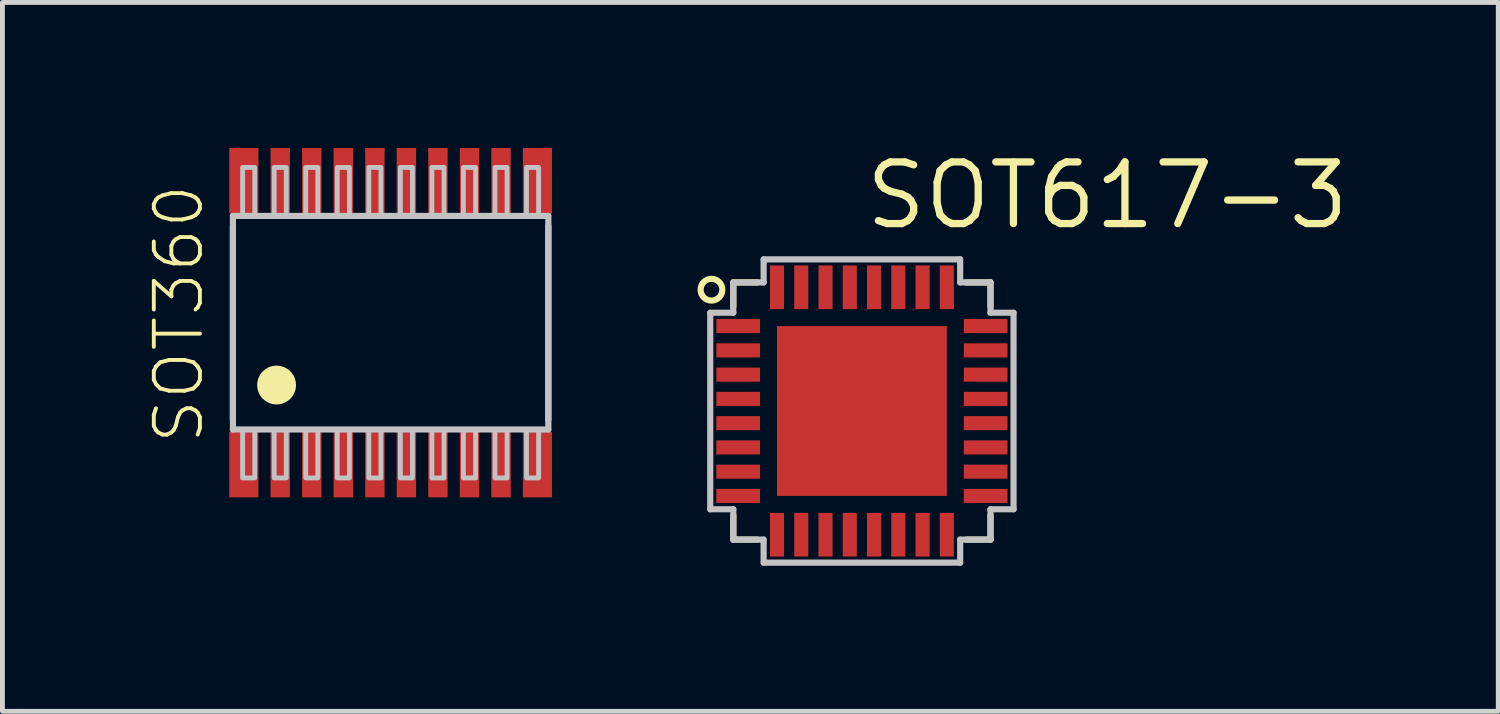
<source format=kicad_pcb>
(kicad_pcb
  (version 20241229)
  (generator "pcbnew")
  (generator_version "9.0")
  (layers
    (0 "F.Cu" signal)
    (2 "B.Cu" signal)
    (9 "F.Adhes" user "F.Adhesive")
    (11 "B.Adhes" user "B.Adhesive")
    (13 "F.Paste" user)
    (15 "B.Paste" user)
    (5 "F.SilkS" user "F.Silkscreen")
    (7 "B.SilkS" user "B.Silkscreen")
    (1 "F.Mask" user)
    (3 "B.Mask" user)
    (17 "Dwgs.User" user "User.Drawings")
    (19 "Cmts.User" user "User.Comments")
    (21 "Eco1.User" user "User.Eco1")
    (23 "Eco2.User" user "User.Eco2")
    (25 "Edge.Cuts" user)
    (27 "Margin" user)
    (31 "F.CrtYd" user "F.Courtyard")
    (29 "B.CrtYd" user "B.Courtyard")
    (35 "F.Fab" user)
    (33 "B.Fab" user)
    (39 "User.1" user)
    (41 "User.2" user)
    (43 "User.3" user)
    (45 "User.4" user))
  (footprint "SOT617-3"
    (layer "F.Cu")
    (at 14.712 5.42)
    (property "Reference" "SOT617-3" (at 0 -3.7 0) (layer "F.SilkS") (effects (font (size 1.27 1.27) (thickness 0.15)) (justify left bottom)))
    (attr through_hole)
    (fp_line (start -2.65 -2.65) (end -2.65 -2.15) (stroke (width 0.127) (type solid)) (layer "F.SilkS"))
    (fp_line (start -2.65 -2.65) (end -2.15 -2.65) (stroke (width 0.127) (type solid)) (layer "F.SilkS"))
    (fp_line (start -2.65 2.15) (end -2.65 2.65) (stroke (width 0.127) (type solid)) (layer "F.SilkS"))
    (fp_line (start -2.65 2.65) (end -2.15 2.65) (stroke (width 0.127) (type solid)) (layer "F.SilkS"))
    (fp_line (start 2.15 -2.65) (end 2.65 -2.65) (stroke (width 0.127) (type solid)) (layer "F.SilkS"))
    (fp_line (start 2.15 2.65) (end 2.65 2.65) (stroke (width 0.127) (type solid)) (layer "F.SilkS"))
    (fp_line (start 2.65 -2.65) (end 2.65 -2.15) (stroke (width 0.127) (type solid)) (layer "F.SilkS"))
    (fp_line (start 2.65 2.15) (end 2.65 2.65) (stroke (width 0.127) (type solid)) (layer "F.SilkS"))
    (fp_circle (center -3.1 -2.5) (end -2.876 -2.5) (stroke (width 0.127) (type solid)) (fill no) (layer "F.SilkS"))
    (fp_poly (pts (xy -1.05 -0.55) (xy -0.55 -0.55) (xy -0.55 -1.05) (xy -1.05 -1.05)) (stroke (width 0) (type solid)) (fill yes) (layer "F.Paste"))
    (fp_poly (pts (xy -1.05 0.25) (xy -0.55 0.25) (xy -0.55 -0.25) (xy -1.05 -0.25)) (stroke (width 0) (type solid)) (fill yes) (layer "F.Paste"))
    (fp_poly (pts (xy -1.05 1.05) (xy -0.55 1.05) (xy -0.55 0.55) (xy -1.05 0.55)) (stroke (width 0) (type solid)) (fill yes) (layer "F.Paste"))
    (fp_poly (pts (xy -0.25 -0.55) (xy 0.25 -0.55) (xy 0.25 -1.05) (xy -0.25 -1.05)) (stroke (width 0) (type solid)) (fill yes) (layer "F.Paste"))
    (fp_poly (pts (xy -0.25 0.25) (xy 0.25 0.25) (xy 0.25 -0.25) (xy -0.25 -0.25)) (stroke (width 0) (type solid)) (fill yes) (layer "F.Paste"))
    (fp_poly (pts (xy -0.25 1.05) (xy 0.25 1.05) (xy 0.25 0.55) (xy -0.25 0.55)) (stroke (width 0) (type solid)) (fill yes) (layer "F.Paste"))
    (fp_poly (pts (xy 0.55 -0.55) (xy 1.05 -0.55) (xy 1.05 -1.05) (xy 0.55 -1.05)) (stroke (width 0) (type solid)) (fill yes) (layer "F.Paste"))
    (fp_poly (pts (xy 0.55 0.25) (xy 1.05 0.25) (xy 1.05 -0.25) (xy 0.55 -0.25)) (stroke (width 0) (type solid)) (fill yes) (layer "F.Paste"))
    (fp_poly (pts (xy 0.55 1.05) (xy 1.05 1.05) (xy 1.05 0.55) (xy 0.55 0.55)) (stroke (width 0) (type solid)) (fill yes) (layer "F.Paste"))
    (fp_line (start -3.125 -2.025) (end -3.125 2.025) (stroke (width 0.127) (type solid)) (layer "Dwgs.User"))
    (fp_line (start -3.125 -2.025) (end -2.65 -2.025) (stroke (width 0.127) (type solid)) (layer "Dwgs.User"))
    (fp_line (start -3.125 2.025) (end -2.65 2.025) (stroke (width 0.127) (type solid)) (layer "Dwgs.User"))
    (fp_line (start -2.65 -2.65) (end -2.65 -2.025) (stroke (width 0.127) (type solid)) (layer "Dwgs.User"))
    (fp_line (start -2.65 -2.65) (end -2.025 -2.65) (stroke (width 0.127) (type solid)) (layer "Dwgs.User"))
    (fp_line (start -2.65 2.025) (end -2.65 2.65) (stroke (width 0.127) (type solid)) (layer "Dwgs.User"))
    (fp_line (start -2.65 2.65) (end -2.025 2.65) (stroke (width 0.127) (type solid)) (layer "Dwgs.User"))
    (fp_line (start -2.025 -3.125) (end -2.025 -2.65) (stroke (width 0.127) (type solid)) (layer "Dwgs.User"))
    (fp_line (start -2.025 3.125) (end -2.025 2.65) (stroke (width 0.127) (type solid)) (layer "Dwgs.User"))
    (fp_line (start -2.025 3.125) (end 2.025 3.125) (stroke (width 0.127) (type solid)) (layer "Dwgs.User"))
    (fp_line (start 2.025 -3.125) (end -2.025 -3.125) (stroke (width 0.127) (type solid)) (layer "Dwgs.User"))
    (fp_line (start 2.025 -3.125) (end 2.025 -2.65) (stroke (width 0.127) (type solid)) (layer "Dwgs.User"))
    (fp_line (start 2.025 -2.65) (end 2.65 -2.65) (stroke (width 0.127) (type solid)) (layer "Dwgs.User"))
    (fp_line (start 2.025 2.65) (end 2.65 2.65) (stroke (width 0.127) (type solid)) (layer "Dwgs.User"))
    (fp_line (start 2.025 3.125) (end 2.025 2.65) (stroke (width 0.127) (type solid)) (layer "Dwgs.User"))
    (fp_line (start 2.65 -2.65) (end 2.65 -2.025) (stroke (width 0.127) (type solid)) (layer "Dwgs.User"))
    (fp_line (start 2.65 -2.025) (end 3.125 -2.025) (stroke (width 0.127) (type solid)) (layer "Dwgs.User"))
    (fp_line (start 2.65 2.025) (end 2.65 2.65) (stroke (width 0.127) (type solid)) (layer "Dwgs.User"))
    (fp_line (start 2.65 2.025) (end 3.125 2.025) (stroke (width 0.127) (type solid)) (layer "Dwgs.User"))
    (fp_line (start 3.125 -2.025) (end 3.125 2.025) (stroke (width 0.127) (type solid)) (layer "Dwgs.User"))
    (pad "1" smd rect (at -2.55 -1.75 90) (size 0.29 0.9) (layers "F.Cu" "F.Mask" "F.Paste"))
    (pad "2" smd rect (at -2.55 -1.25 270) (size 0.29 0.9) (layers "F.Cu" "F.Mask" "F.Paste"))
    (pad "3" smd rect (at -2.55 -0.75 90) (size 0.29 0.9) (layers "F.Cu" "F.Mask" "F.Paste"))
    (pad "4" smd rect (at -2.55 -0.25 90) (size 0.29 0.9) (layers "F.Cu" "F.Mask" "F.Paste"))
    (pad "5" smd rect (at -2.55 0.25 90) (size 0.29 0.9) (layers "F.Cu" "F.Mask" "F.Paste"))
    (pad "6" smd rect (at -2.55 0.75 90) (size 0.29 0.9) (layers "F.Cu" "F.Mask" "F.Paste"))
    (pad "7" smd rect (at -2.55 1.25 90) (size 0.29 0.9) (layers "F.Cu" "F.Mask" "F.Paste"))
    (pad "8" smd rect (at -2.55 1.75 90) (size 0.29 0.9) (layers "F.Cu" "F.Mask" "F.Paste"))
    (pad "9" smd rect (at -1.75 2.55 180) (size 0.29 0.9) (layers "F.Cu" "F.Mask" "F.Paste"))
    (pad "10" smd rect (at -1.25 2.55 180) (size 0.29 0.9) (layers "F.Cu" "F.Mask" "F.Paste"))
    (pad "11" smd rect (at -0.75 2.55 180) (size 0.29 0.9) (layers "F.Cu" "F.Mask" "F.Paste"))
    (pad "12" smd rect (at -0.25 2.55 180) (size 0.29 0.9) (layers "F.Cu" "F.Mask" "F.Paste"))
    (pad "13" smd rect (at 0.25 2.55 180) (size 0.29 0.9) (layers "F.Cu" "F.Mask" "F.Paste"))
    (pad "14" smd rect (at 0.75 2.55 180) (size 0.29 0.9) (layers "F.Cu" "F.Mask" "F.Paste"))
    (pad "15" smd rect (at 1.25 2.55 180) (size 0.29 0.9) (layers "F.Cu" "F.Mask" "F.Paste"))
    (pad "16" smd rect (at 1.75 2.55 180) (size 0.29 0.9) (layers "F.Cu" "F.Mask" "F.Paste"))
    (pad "17" smd rect (at 2.55 1.75 270) (size 0.29 0.9) (layers "F.Cu" "F.Mask" "F.Paste"))
    (pad "18" smd rect (at 2.55 1.25 90) (size 0.29 0.9) (layers "F.Cu" "F.Mask" "F.Paste"))
    (pad "19" smd rect (at 2.55 0.75 270) (size 0.29 0.9) (layers "F.Cu" "F.Mask" "F.Paste"))
    (pad "20" smd rect (at 2.55 0.25 270) (size 0.29 0.9) (layers "F.Cu" "F.Mask" "F.Paste"))
    (pad "21" smd rect (at 2.55 -0.25 270) (size 0.29 0.9) (layers "F.Cu" "F.Mask" "F.Paste"))
    (pad "22" smd rect (at 2.55 -0.75 270) (size 0.29 0.9) (layers "F.Cu" "F.Mask" "F.Paste"))
    (pad "23" smd rect (at 2.55 -1.25 270) (size 0.29 0.9) (layers "F.Cu" "F.Mask" "F.Paste"))
    (pad "24" smd rect (at 2.55 -1.75 270) (size 0.29 0.9) (layers "F.Cu" "F.Mask" "F.Paste"))
    (pad "25" smd rect (at 1.75 -2.55) (size 0.29 0.9) (layers "F.Cu" "F.Mask" "F.Paste"))
    (pad "26" smd rect (at 1.25 -2.55) (size 0.29 0.9) (layers "F.Cu" "F.Mask" "F.Paste"))
    (pad "27" smd rect (at 0.75 -2.55) (size 0.29 0.9) (layers "F.Cu" "F.Mask" "F.Paste"))
    (pad "28" smd rect (at 0.25 -2.55) (size 0.29 0.9) (layers "F.Cu" "F.Mask" "F.Paste"))
    (pad "29" smd rect (at -0.25 -2.55) (size 0.29 0.9) (layers "F.Cu" "F.Mask" "F.Paste"))
    (pad "30" smd rect (at -0.75 -2.55) (size 0.29 0.9) (layers "F.Cu" "F.Mask" "F.Paste"))
    (pad "31" smd rect (at -1.25 -2.55) (size 0.29 0.9) (layers "F.Cu" "F.Mask" "F.Paste"))
    (pad "32" smd rect (at -1.75 -2.55) (size 0.29 0.9) (layers "F.Cu" "F.Mask" "F.Paste"))
    (pad "33" smd rect (at 0 0) (size 3.5 3.5) (layers "F.Cu" "F.Mask" "F.Paste")))
  (footprint "SOT360"
    (layer "F.Cu")
    (at 5 3.6)
    (property "Reference" "SOT360" (at -3.81 2.54 90) (layer "F.SilkS") (effects (font (size 0.95 0.95) (thickness 0.08)) (justify left bottom)))
    (attr through_hole)
    (fp_line (start -3.25 -2) (end -3.25 2) (stroke (width 0.127) (type solid)) (layer "F.SilkS"))
    (fp_line (start 3.25 -2) (end 3.25 2) (stroke (width 0.127) (type solid)) (layer "F.SilkS"))
    (fp_circle (center -2.35 1.285) (end -1.95 1.285) (stroke (width 0) (type solid)) (fill yes) (layer "F.SilkS"))
    (fp_line (start -3.25 -2.2) (end 3.25 -2.2) (stroke (width 0.127) (type solid)) (layer "Dwgs.User"))
    (fp_line (start -3.25 2.2) (end -3.25 -2.2) (stroke (width 0.127) (type solid)) (layer "Dwgs.User"))
    (fp_line (start 3.25 -2.2) (end 3.25 2.2) (stroke (width 0.127) (type solid)) (layer "Dwgs.User"))
    (fp_line (start 3.25 2.2) (end -3.25 2.2) (stroke (width 0.127) (type solid)) (layer "Dwgs.User"))
    (fp_poly (pts (xy -3.05 -2.2) (xy -2.8 -2.2) (xy -2.8 -3.2) (xy -3.05 -3.2)) (stroke (width 0.1) (type solid)) (fill no) (layer "Dwgs.User"))
    (fp_poly (pts (xy -3.05 3.2) (xy -2.8 3.2) (xy -2.8 2.2) (xy -3.05 2.2)) (stroke (width 0.1) (type solid)) (fill no) (layer "Dwgs.User"))
    (fp_poly (pts (xy -2.4 -2.2) (xy -2.15 -2.2) (xy -2.15 -3.2) (xy -2.4 -3.2)) (stroke (width 0.1) (type solid)) (fill no) (layer "Dwgs.User"))
    (fp_poly (pts (xy -2.4 3.2) (xy -2.15 3.2) (xy -2.15 2.2) (xy -2.4 2.2)) (stroke (width 0.1) (type solid)) (fill no) (layer "Dwgs.User"))
    (fp_poly (pts (xy -1.75 -2.2) (xy -1.5 -2.2) (xy -1.5 -3.2) (xy -1.75 -3.2)) (stroke (width 0.1) (type solid)) (fill no) (layer "Dwgs.User"))
    (fp_poly (pts (xy -1.75 3.2) (xy -1.5 3.2) (xy -1.5 2.2) (xy -1.75 2.2)) (stroke (width 0.1) (type solid)) (fill no) (layer "Dwgs.User"))
    (fp_poly (pts (xy -1.1 -2.2) (xy -0.85 -2.2) (xy -0.85 -3.2) (xy -1.1 -3.2)) (stroke (width 0.1) (type solid)) (fill no) (layer "Dwgs.User"))
    (fp_poly (pts (xy -1.1 3.2) (xy -0.85 3.2) (xy -0.85 2.2) (xy -1.1 2.2)) (stroke (width 0.1) (type solid)) (fill no) (layer "Dwgs.User"))
    (fp_poly (pts (xy -0.45 -2.2) (xy -0.2 -2.2) (xy -0.2 -3.2) (xy -0.45 -3.2)) (stroke (width 0.1) (type solid)) (fill no) (layer "Dwgs.User"))
    (fp_poly (pts (xy -0.45 3.2) (xy -0.2 3.2) (xy -0.2 2.2) (xy -0.45 2.2)) (stroke (width 0.1) (type solid)) (fill no) (layer "Dwgs.User"))
    (fp_poly (pts (xy 0.2 -2.2) (xy 0.45 -2.2) (xy 0.45 -3.2) (xy 0.2 -3.2)) (stroke (width 0.1) (type solid)) (fill no) (layer "Dwgs.User"))
    (fp_poly (pts (xy 0.2 3.2) (xy 0.45 3.2) (xy 0.45 2.2) (xy 0.2 2.2)) (stroke (width 0.1) (type solid)) (fill no) (layer "Dwgs.User"))
    (fp_poly (pts (xy 0.85 -2.2) (xy 1.1 -2.2) (xy 1.1 -3.2) (xy 0.85 -3.2)) (stroke (width 0.1) (type solid)) (fill no) (layer "Dwgs.User"))
    (fp_poly (pts (xy 0.85 3.2) (xy 1.1 3.2) (xy 1.1 2.2) (xy 0.85 2.2)) (stroke (width 0.1) (type solid)) (fill no) (layer "Dwgs.User"))
    (fp_poly (pts (xy 1.5 -2.2) (xy 1.75 -2.2) (xy 1.75 -3.2) (xy 1.5 -3.2)) (stroke (width 0.1) (type solid)) (fill no) (layer "Dwgs.User"))
    (fp_poly (pts (xy 1.5 3.2) (xy 1.75 3.2) (xy 1.75 2.2) (xy 1.5 2.2)) (stroke (width 0.1) (type solid)) (fill no) (layer "Dwgs.User"))
    (fp_poly (pts (xy 2.15 -2.2) (xy 2.4 -2.2) (xy 2.4 -3.2) (xy 2.15 -3.2)) (stroke (width 0.1) (type solid)) (fill no) (layer "Dwgs.User"))
    (fp_poly (pts (xy 2.15 3.2) (xy 2.4 3.2) (xy 2.4 2.2) (xy 2.15 2.2)) (stroke (width 0.1) (type solid)) (fill no) (layer "Dwgs.User"))
    (fp_poly (pts (xy 2.8 -2.2) (xy 3.05 -2.2) (xy 3.05 -3.2) (xy 2.8 -3.2)) (stroke (width 0.1) (type solid)) (fill no) (layer "Dwgs.User"))
    (fp_poly (pts (xy 2.8 3.2) (xy 3.05 3.2) (xy 3.05 2.2) (xy 2.8 2.2)) (stroke (width 0.1) (type solid)) (fill no) (layer "Dwgs.User"))
    (pad "1" smd rect (at -3.025 2.925) (size 0.6 1.35) (layers "F.Cu" "F.Mask" "F.Paste"))
    (pad "2" smd rect (at -2.275 2.925) (size 0.4 1.35) (layers "F.Cu" "F.Mask" "F.Paste"))
    (pad "3" smd rect (at -1.625 2.925) (size 0.4 1.35) (layers "F.Cu" "F.Mask" "F.Paste"))
    (pad "4" smd rect (at -0.975 2.925) (size 0.4 1.35) (layers "F.Cu" "F.Mask" "F.Paste"))
    (pad "5" smd rect (at -0.325 2.925) (size 0.4 1.35) (layers "F.Cu" "F.Mask" "F.Paste"))
    (pad "6" smd rect (at 0.325 2.925) (size 0.4 1.35) (layers "F.Cu" "F.Mask" "F.Paste"))
    (pad "7" smd rect (at 0.975 2.925) (size 0.4 1.35) (layers "F.Cu" "F.Mask" "F.Paste"))
    (pad "8" smd rect (at 1.625 2.925) (size 0.4 1.35) (layers "F.Cu" "F.Mask" "F.Paste"))
    (pad "9" smd rect (at 2.275 2.925) (size 0.4 1.35) (layers "F.Cu" "F.Mask" "F.Paste"))
    (pad "10" smd rect (at 3.025 2.925) (size 0.6 1.35) (layers "F.Cu" "F.Mask" "F.Paste"))
    (pad "11" smd rect (at 3.025 -2.925) (size 0.6 1.35) (layers "F.Cu" "F.Mask" "F.Paste"))
    (pad "12" smd rect (at 2.275 -2.925) (size 0.4 1.35) (layers "F.Cu" "F.Mask" "F.Paste"))
    (pad "13" smd rect (at 1.625 -2.925) (size 0.4 1.35) (layers "F.Cu" "F.Mask" "F.Paste"))
    (pad "14" smd rect (at 0.975 -2.925) (size 0.4 1.35) (layers "F.Cu" "F.Mask" "F.Paste"))
    (pad "15" smd rect (at 0.325 -2.925) (size 0.4 1.35) (layers "F.Cu" "F.Mask" "F.Paste"))
    (pad "16" smd rect (at -0.325 -2.925) (size 0.4 1.35) (layers "F.Cu" "F.Mask" "F.Paste"))
    (pad "17" smd rect (at -0.975 -2.925) (size 0.4 1.35) (layers "F.Cu" "F.Mask" "F.Paste"))
    (pad "18" smd rect (at -1.625 -2.925) (size 0.4 1.35) (layers "F.Cu" "F.Mask" "F.Paste"))
    (pad "19" smd rect (at -2.275 -2.925) (size 0.4 1.35) (layers "F.Cu" "F.Mask" "F.Paste"))
    (pad "20" smd rect (at -3.025 -2.925) (size 0.6 1.35) (layers "F.Cu" "F.Mask" "F.Paste")))
  (gr_rect
    (start -3 -3)
    (end 27.826 11.608)
    (stroke (width 0.1) (type default))
    (fill no)
    (layer "Edge.Cuts")))
</source>
